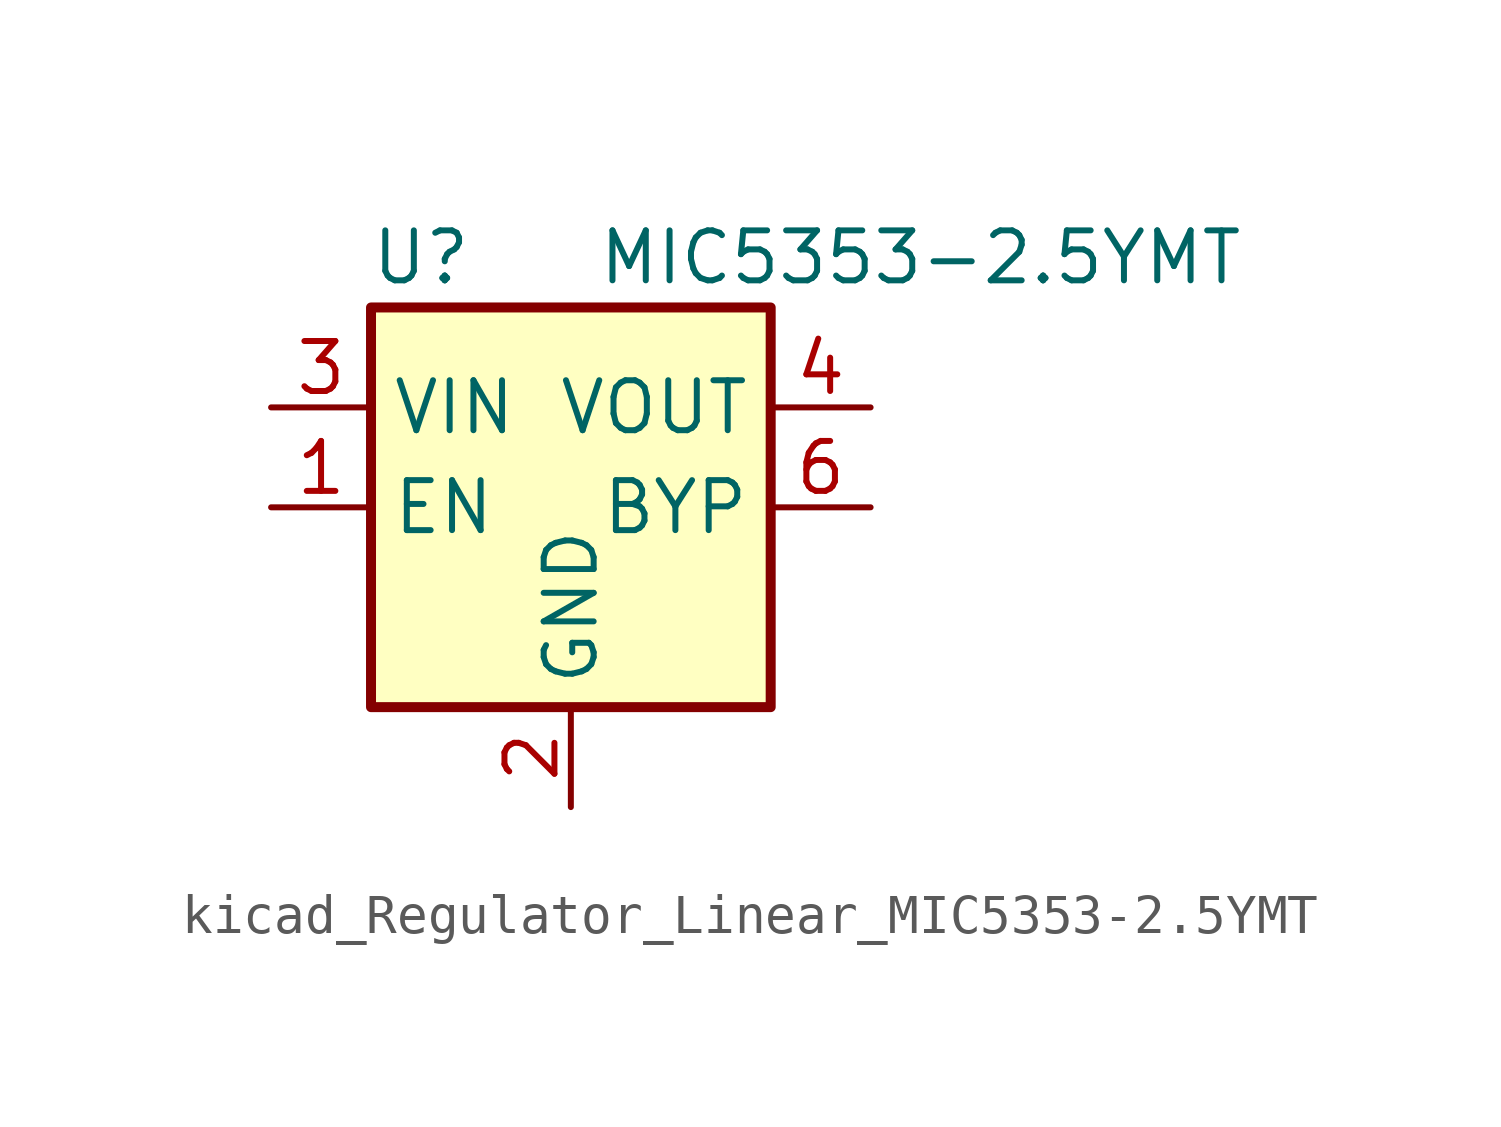
<source format=kicad_sym>
(kicad_symbol_lib
  (version 20220914)
  (generator kicad_symbol_editor)
  (symbol "kicad_Regulator_Linear_MIC5353-2.5YMT"
    (property "Reference" "U"
      (at -3.81 6.35 0)
      (effects (font (size 1.27 1.27))))
    (property "Value" "MIC5353-2.5YMT"
      (at 8.89 6.35 0)
      (effects (font (size 1.27 1.27))))
    (symbol "kicad_Regulator_Linear_MIC5353-2.5YMT_0_1"
      (rectangle (start -5.08 -5.08) (end 5.08 5.08) (stroke (width 0.254) (type default)) (fill (type background)))
      (pin input line (at -7.62 0 0) (length 2.54) (name "EN" (effects (font (size 1.27 1.27)))) (number "1" (effects (font (size 1.27 1.27)))))
      (pin power_in line (at 0 -7.62 90) (length 2.54) (name "GND" (effects (font (size 1.27 1.27)))) (number "2" (effects (font (size 1.27 1.27)))))
      (pin power_in line (at -7.62 2.54 0) (length 2.54) (name "VIN" (effects (font (size 1.27 1.27)))) (number "3" (effects (font (size 1.27 1.27)))))
      (pin power_out line (at 7.62 2.54 180) (length 2.54) (name "VOUT" (effects (font (size 1.27 1.27)))) (number "4" (effects (font (size 1.27 1.27)))))
      (pin no_connect line (at 5.08 -2.54 180) (length 2.54) hide (name "NC" (effects (font (size 1.27 1.27)))) (number "5" (effects (font (size 1.27 1.27)))))
      (pin passive line (at 7.62 0 180) (length 2.54) (name "BYP" (effects (font (size 1.27 1.27)))) (number "6" (effects (font (size 1.27 1.27)))))
      (pin passive line (at 0 -7.62 90) (length 2.54) hide (name "GND" (effects (font (size 1.27 1.27)))) (number "7" (effects (font (size 1.27 1.27))))))))
</source>
